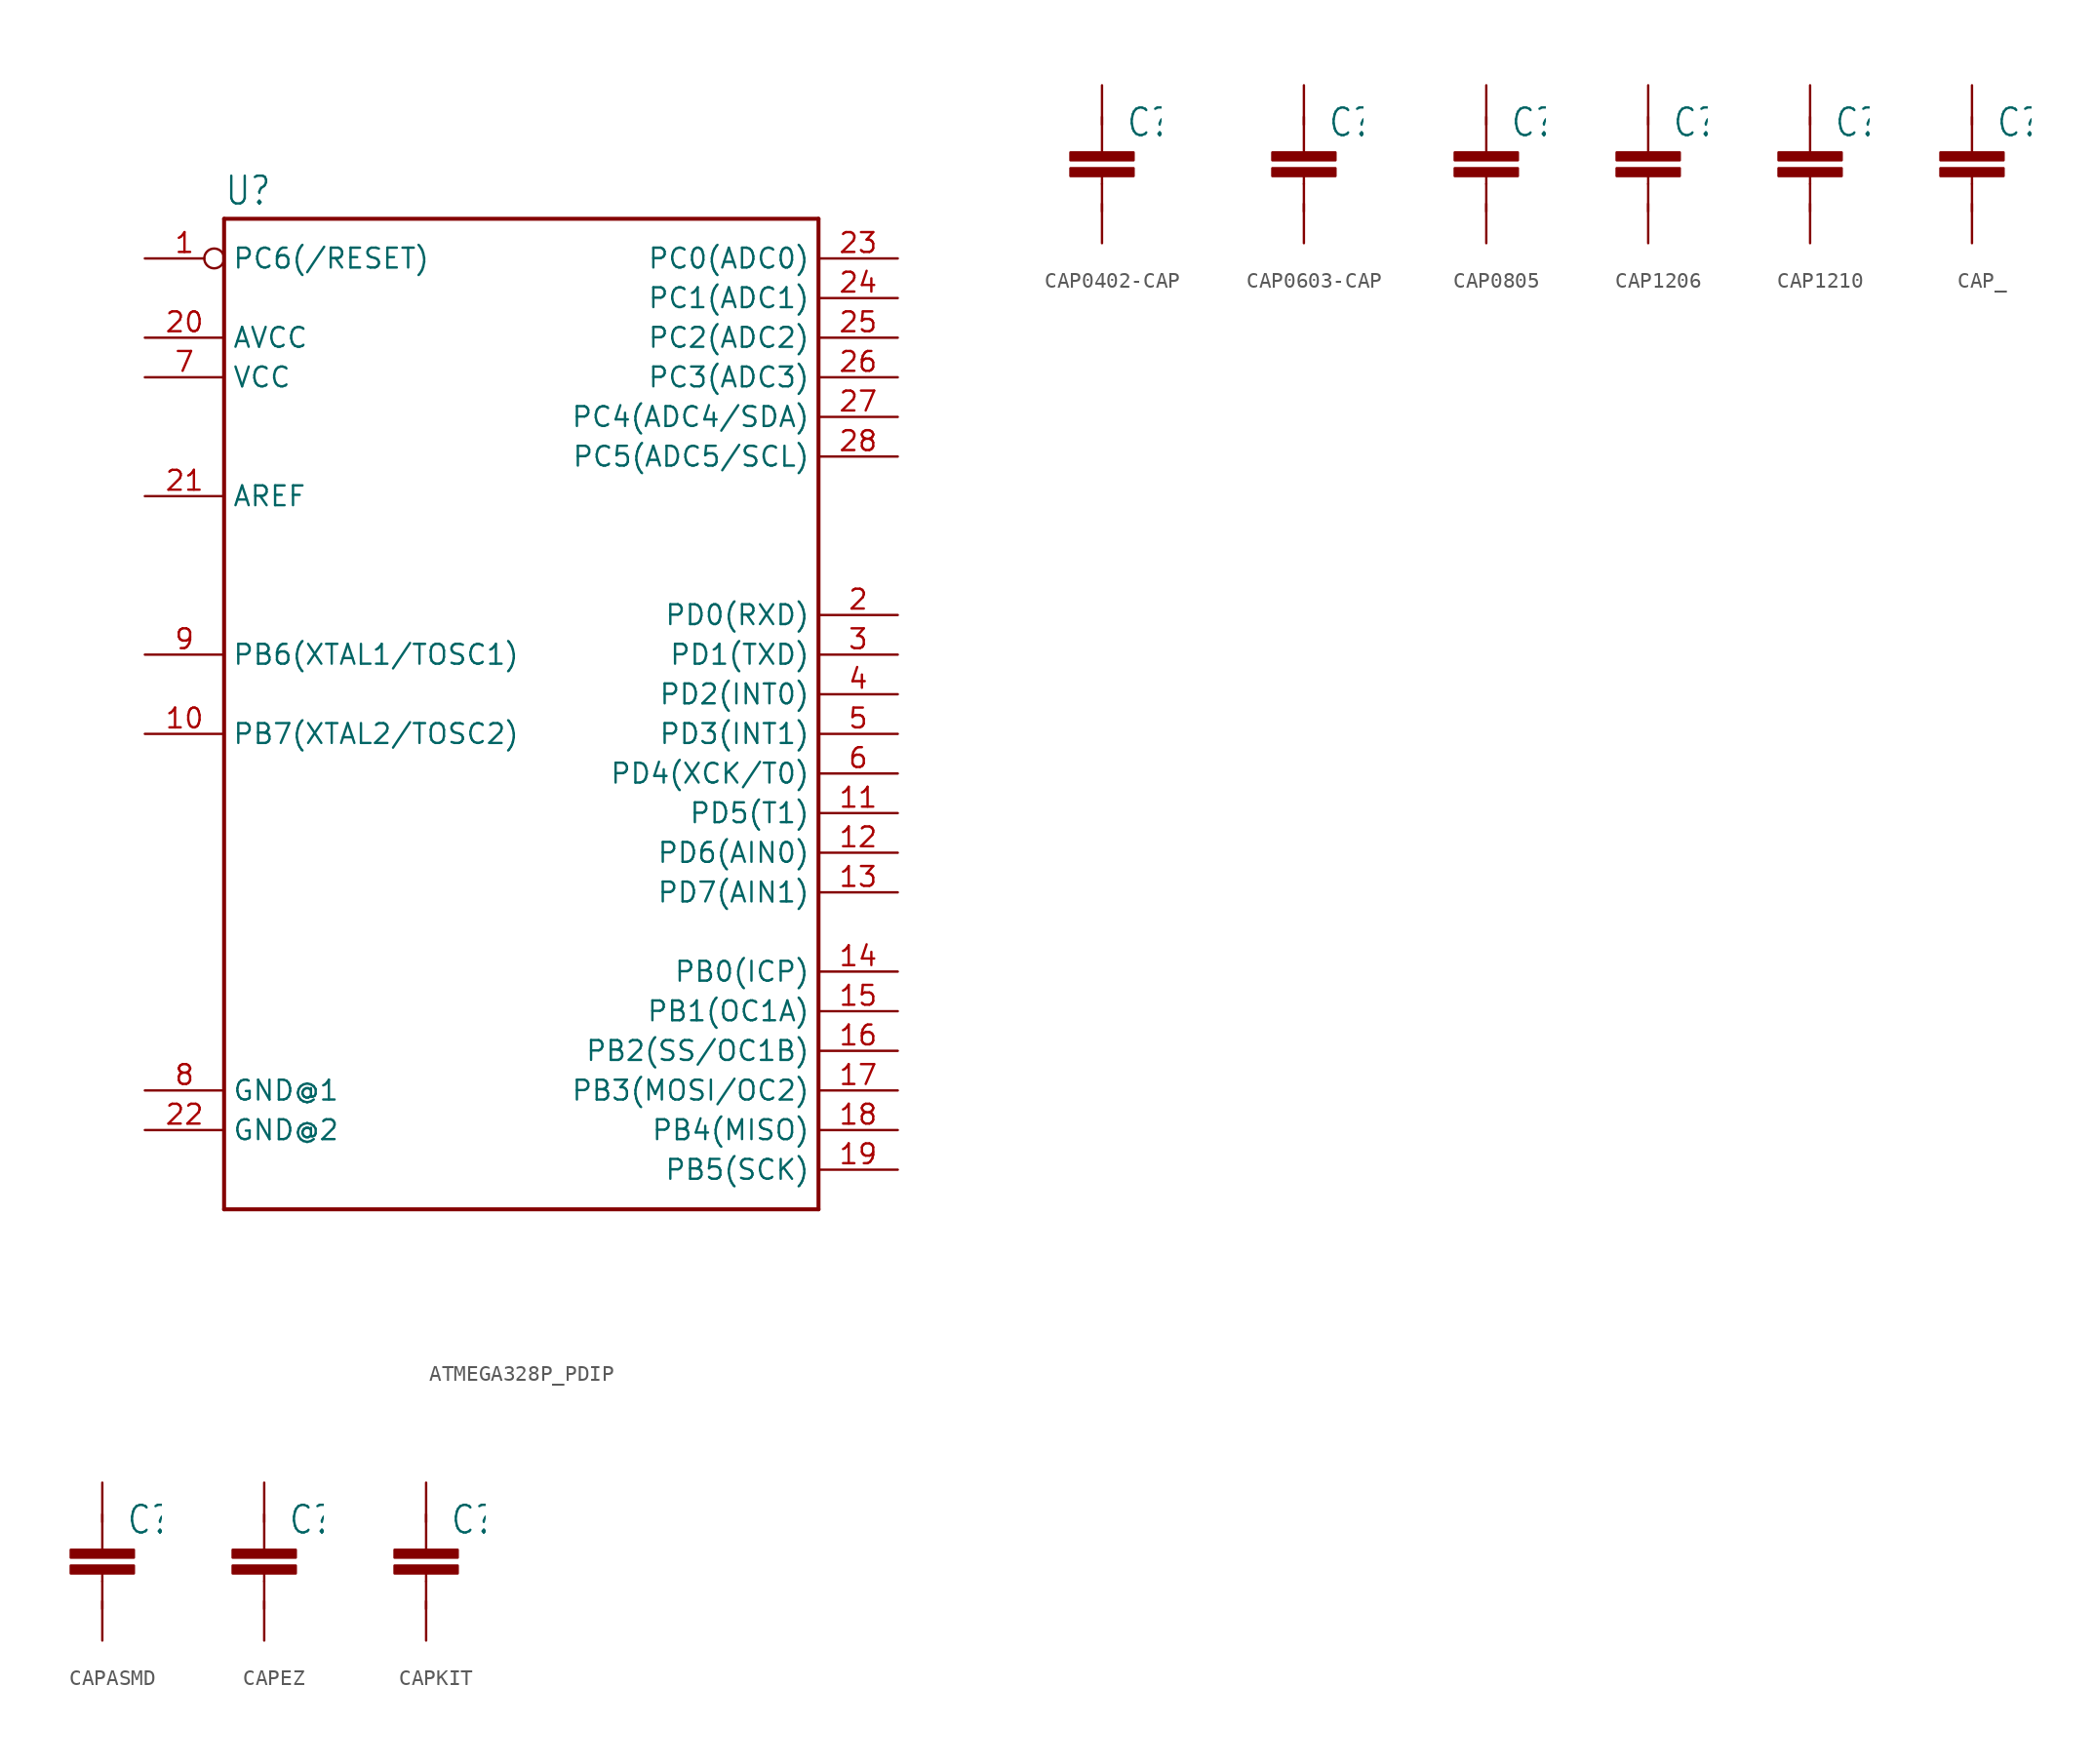
<source format=kicad_sym>
(kicad_symbol_lib
  (version 20231120)
  (generator "kicad_symbol_editor")
  (generator_version "8.0")
  (symbol "ATMEGA328P_PDIP"
    (property "Reference" "U"
      (at -17.78 28.702 0)
      (effects (font (size 1.778 1.511)) (justify left bottom)))
    (property "Value" ""
      (at -17.78 -38.1 0)
      (effects (font (size 1.778 1.511)) (justify left bottom)))
    (property "ki_locked" ""
      (at 0 0 0)
      (effects (font (size 1.27 1.27))))
    (symbol "ATMEGA328P_PDIP_1_0"
      (polyline (pts (xy -17.78 -35.56) (xy -17.78 27.94)) (stroke (width 0.254) (type solid)) (fill (type none)))
      (polyline (pts (xy -17.78 27.94) (xy 20.32 27.94)) (stroke (width 0.254) (type solid)) (fill (type none)))
      (polyline (pts (xy 20.32 -35.56) (xy -17.78 -35.56)) (stroke (width 0.254) (type solid)) (fill (type none)))
      (polyline (pts (xy 20.32 27.94) (xy 20.32 -35.56)) (stroke (width 0.254) (type solid)) (fill (type none)))
      (pin bidirectional inverted (at -22.86 25.4 0) (length 5.08) (name "PC6(/RESET)" (effects (font (size 1.27 1.27)))) (number "1" (effects (font (size 1.27 1.27)))))
      (pin bidirectional line (at -22.86 -5.08 0) (length 5.08) (name "PB7(XTAL2/TOSC2)" (effects (font (size 1.27 1.27)))) (number "10" (effects (font (size 1.27 1.27)))))
      (pin bidirectional line (at 25.4 -10.16 180) (length 5.08) (name "PD5(T1)" (effects (font (size 1.27 1.27)))) (number "11" (effects (font (size 1.27 1.27)))))
      (pin bidirectional line (at 25.4 -12.7 180) (length 5.08) (name "PD6(AIN0)" (effects (font (size 1.27 1.27)))) (number "12" (effects (font (size 1.27 1.27)))))
      (pin bidirectional line (at 25.4 -15.24 180) (length 5.08) (name "PD7(AIN1)" (effects (font (size 1.27 1.27)))) (number "13" (effects (font (size 1.27 1.27)))))
      (pin bidirectional line (at 25.4 -20.32 180) (length 5.08) (name "PB0(ICP)" (effects (font (size 1.27 1.27)))) (number "14" (effects (font (size 1.27 1.27)))))
      (pin bidirectional line (at 25.4 -22.86 180) (length 5.08) (name "PB1(OC1A)" (effects (font (size 1.27 1.27)))) (number "15" (effects (font (size 1.27 1.27)))))
      (pin bidirectional line (at 25.4 -25.4 180) (length 5.08) (name "PB2(SS/OC1B)" (effects (font (size 1.27 1.27)))) (number "16" (effects (font (size 1.27 1.27)))))
      (pin bidirectional line (at 25.4 -27.94 180) (length 5.08) (name "PB3(MOSI/OC2)" (effects (font (size 1.27 1.27)))) (number "17" (effects (font (size 1.27 1.27)))))
      (pin bidirectional line (at 25.4 -30.48 180) (length 5.08) (name "PB4(MISO)" (effects (font (size 1.27 1.27)))) (number "18" (effects (font (size 1.27 1.27)))))
      (pin bidirectional line (at 25.4 -33.02 180) (length 5.08) (name "PB5(SCK)" (effects (font (size 1.27 1.27)))) (number "19" (effects (font (size 1.27 1.27)))))
      (pin bidirectional line (at 25.4 2.54 180) (length 5.08) (name "PD0(RXD)" (effects (font (size 1.27 1.27)))) (number "2" (effects (font (size 1.27 1.27)))))
      (pin power_in line (at -22.86 20.32 0) (length 5.08) (name "AVCC" (effects (font (size 1.27 1.27)))) (number "20" (effects (font (size 1.27 1.27)))))
      (pin bidirectional line (at -22.86 10.16 0) (length 5.08) (name "AREF" (effects (font (size 1.27 1.27)))) (number "21" (effects (font (size 1.27 1.27)))))
      (pin power_in line (at -22.86 -30.48 0) (length 5.08) (name "GND@2" (effects (font (size 1.27 1.27)))) (number "22" (effects (font (size 1.27 1.27)))))
      (pin bidirectional line (at 25.4 25.4 180) (length 5.08) (name "PC0(ADC0)" (effects (font (size 1.27 1.27)))) (number "23" (effects (font (size 1.27 1.27)))))
      (pin bidirectional line (at 25.4 22.86 180) (length 5.08) (name "PC1(ADC1)" (effects (font (size 1.27 1.27)))) (number "24" (effects (font (size 1.27 1.27)))))
      (pin bidirectional line (at 25.4 20.32 180) (length 5.08) (name "PC2(ADC2)" (effects (font (size 1.27 1.27)))) (number "25" (effects (font (size 1.27 1.27)))))
      (pin bidirectional line (at 25.4 17.78 180) (length 5.08) (name "PC3(ADC3)" (effects (font (size 1.27 1.27)))) (number "26" (effects (font (size 1.27 1.27)))))
      (pin bidirectional line (at 25.4 15.24 180) (length 5.08) (name "PC4(ADC4/SDA)" (effects (font (size 1.27 1.27)))) (number "27" (effects (font (size 1.27 1.27)))))
      (pin bidirectional line (at 25.4 12.7 180) (length 5.08) (name "PC5(ADC5/SCL)" (effects (font (size 1.27 1.27)))) (number "28" (effects (font (size 1.27 1.27)))))
      (pin bidirectional line (at 25.4 0 180) (length 5.08) (name "PD1(TXD)" (effects (font (size 1.27 1.27)))) (number "3" (effects (font (size 1.27 1.27)))))
      (pin bidirectional line (at 25.4 -2.54 180) (length 5.08) (name "PD2(INT0)" (effects (font (size 1.27 1.27)))) (number "4" (effects (font (size 1.27 1.27)))))
      (pin bidirectional line (at 25.4 -5.08 180) (length 5.08) (name "PD3(INT1)" (effects (font (size 1.27 1.27)))) (number "5" (effects (font (size 1.27 1.27)))))
      (pin bidirectional line (at 25.4 -7.62 180) (length 5.08) (name "PD4(XCK/T0)" (effects (font (size 1.27 1.27)))) (number "6" (effects (font (size 1.27 1.27)))))
      (pin power_in line (at -22.86 17.78 0) (length 5.08) (name "VCC" (effects (font (size 1.27 1.27)))) (number "7" (effects (font (size 1.27 1.27)))))
      (pin power_in line (at -22.86 -27.94 0) (length 5.08) (name "GND@1" (effects (font (size 1.27 1.27)))) (number "8" (effects (font (size 1.27 1.27)))))
      (pin bidirectional line (at -22.86 0 0) (length 5.08) (name "PB6(XTAL1/TOSC1)" (effects (font (size 1.27 1.27)))) (number "9" (effects (font (size 1.27 1.27)))))))
  (symbol "CAP0402-CAP"
    (property "Reference" "C"
      (at 1.524 1.651 0)
      (effects (font (size 1.778 1.511)) (justify left bottom)))
    (property "Value" ""
      (at 1.524 -3.429 0)
      (effects (font (size 1.778 1.511)) (justify left bottom)))
    (property "ki_locked" ""
      (at 0 0 0)
      (effects (font (size 1.27 1.27))))
    (symbol "CAP0402-CAP_1_0"
      (rectangle (start -2.032 -0.762) (end 2.032 -0.254) (stroke (width 0) (type default)) (fill (type outline)))
      (rectangle (start -2.032 0.254) (end 2.032 0.762) (stroke (width 0) (type default)) (fill (type outline)))
      (polyline (pts (xy 0 -3.048) (xy 0 -1.27)) (stroke (width 0.152) (type solid)) (fill (type none)))
      (polyline (pts (xy 0 -1.27) (xy 0 -0.762)) (stroke (width 0.152) (type solid)) (fill (type none)))
      (polyline (pts (xy 0 3.048) (xy 0 0.762)) (stroke (width 0.152) (type solid)) (fill (type none)))
      (pin passive line (at 0 5.08 270) (length 2.54) (name "1" (effects (font (size 0 0)))) (number "1" (effects (font (size 0 0)))))
      (pin passive line (at 0 -5.08 90) (length 2.54) (name "2" (effects (font (size 0 0)))) (number "2" (effects (font (size 0 0)))))))
  (symbol "CAP0603-CAP"
    (property "Reference" "C"
      (at 1.524 1.651 0)
      (effects (font (size 1.778 1.511)) (justify left bottom)))
    (property "Value" ""
      (at 1.524 -3.429 0)
      (effects (font (size 1.778 1.511)) (justify left bottom)))
    (property "ki_locked" ""
      (at 0 0 0)
      (effects (font (size 1.27 1.27))))
    (symbol "CAP0603-CAP_1_0"
      (rectangle (start -2.032 -0.762) (end 2.032 -0.254) (stroke (width 0) (type default)) (fill (type outline)))
      (rectangle (start -2.032 0.254) (end 2.032 0.762) (stroke (width 0) (type default)) (fill (type outline)))
      (polyline (pts (xy 0 -3.048) (xy 0 -1.27)) (stroke (width 0.152) (type solid)) (fill (type none)))
      (polyline (pts (xy 0 -1.27) (xy 0 -0.762)) (stroke (width 0.152) (type solid)) (fill (type none)))
      (polyline (pts (xy 0 3.048) (xy 0 0.762)) (stroke (width 0.152) (type solid)) (fill (type none)))
      (pin passive line (at 0 5.08 270) (length 2.54) (name "1" (effects (font (size 0 0)))) (number "1" (effects (font (size 0 0)))))
      (pin passive line (at 0 -5.08 90) (length 2.54) (name "2" (effects (font (size 0 0)))) (number "2" (effects (font (size 0 0)))))))
  (symbol "CAP0805"
    (property "Reference" "C"
      (at 1.524 1.651 0)
      (effects (font (size 1.778 1.511)) (justify left bottom)))
    (property "Value" ""
      (at 1.524 -3.429 0)
      (effects (font (size 1.778 1.511)) (justify left bottom)))
    (property "ki_locked" ""
      (at 0 0 0)
      (effects (font (size 1.27 1.27))))
    (symbol "CAP0805_1_0"
      (rectangle (start -2.032 -0.762) (end 2.032 -0.254) (stroke (width 0) (type default)) (fill (type outline)))
      (rectangle (start -2.032 0.254) (end 2.032 0.762) (stroke (width 0) (type default)) (fill (type outline)))
      (polyline (pts (xy 0 -3.048) (xy 0 -1.27)) (stroke (width 0.152) (type solid)) (fill (type none)))
      (polyline (pts (xy 0 -1.27) (xy 0 -0.762)) (stroke (width 0.152) (type solid)) (fill (type none)))
      (polyline (pts (xy 0 3.048) (xy 0 0.762)) (stroke (width 0.152) (type solid)) (fill (type none)))
      (pin passive line (at 0 5.08 270) (length 2.54) (name "1" (effects (font (size 0 0)))) (number "1" (effects (font (size 0 0)))))
      (pin passive line (at 0 -5.08 90) (length 2.54) (name "2" (effects (font (size 0 0)))) (number "2" (effects (font (size 0 0)))))))
  (symbol "CAP1206"
    (property "Reference" "C"
      (at 1.524 1.651 0)
      (effects (font (size 1.778 1.511)) (justify left bottom)))
    (property "Value" ""
      (at 1.524 -3.429 0)
      (effects (font (size 1.778 1.511)) (justify left bottom)))
    (property "ki_locked" ""
      (at 0 0 0)
      (effects (font (size 1.27 1.27))))
    (symbol "CAP1206_1_0"
      (rectangle (start -2.032 -0.762) (end 2.032 -0.254) (stroke (width 0) (type default)) (fill (type outline)))
      (rectangle (start -2.032 0.254) (end 2.032 0.762) (stroke (width 0) (type default)) (fill (type outline)))
      (polyline (pts (xy 0 -3.048) (xy 0 -1.27)) (stroke (width 0.152) (type solid)) (fill (type none)))
      (polyline (pts (xy 0 -1.27) (xy 0 -0.762)) (stroke (width 0.152) (type solid)) (fill (type none)))
      (polyline (pts (xy 0 3.048) (xy 0 0.762)) (stroke (width 0.152) (type solid)) (fill (type none)))
      (pin passive line (at 0 5.08 270) (length 2.54) (name "1" (effects (font (size 0 0)))) (number "1" (effects (font (size 0 0)))))
      (pin passive line (at 0 -5.08 90) (length 2.54) (name "2" (effects (font (size 0 0)))) (number "2" (effects (font (size 0 0)))))))
  (symbol "CAP1210"
    (property "Reference" "C"
      (at 1.524 1.651 0)
      (effects (font (size 1.778 1.511)) (justify left bottom)))
    (property "Value" ""
      (at 1.524 -3.429 0)
      (effects (font (size 1.778 1.511)) (justify left bottom)))
    (property "ki_locked" ""
      (at 0 0 0)
      (effects (font (size 1.27 1.27))))
    (symbol "CAP1210_1_0"
      (rectangle (start -2.032 -0.762) (end 2.032 -0.254) (stroke (width 0) (type default)) (fill (type outline)))
      (rectangle (start -2.032 0.254) (end 2.032 0.762) (stroke (width 0) (type default)) (fill (type outline)))
      (polyline (pts (xy 0 -3.048) (xy 0 -1.27)) (stroke (width 0.152) (type solid)) (fill (type none)))
      (polyline (pts (xy 0 -1.27) (xy 0 -0.762)) (stroke (width 0.152) (type solid)) (fill (type none)))
      (polyline (pts (xy 0 3.048) (xy 0 0.762)) (stroke (width 0.152) (type solid)) (fill (type none)))
      (pin passive line (at 0 5.08 270) (length 2.54) (name "1" (effects (font (size 0 0)))) (number "1" (effects (font (size 0 0)))))
      (pin passive line (at 0 -5.08 90) (length 2.54) (name "2" (effects (font (size 0 0)))) (number "2" (effects (font (size 0 0)))))))
  (symbol "CAP_"
    (property "Reference" "C"
      (at 1.524 1.651 0)
      (effects (font (size 1.778 1.511)) (justify left bottom)))
    (property "Value" ""
      (at 1.524 -3.429 0)
      (effects (font (size 1.778 1.511)) (justify left bottom)))
    (property "ki_locked" ""
      (at 0 0 0)
      (effects (font (size 1.27 1.27))))
    (symbol "CAP__1_0"
      (rectangle (start -2.032 -0.762) (end 2.032 -0.254) (stroke (width 0) (type default)) (fill (type outline)))
      (rectangle (start -2.032 0.254) (end 2.032 0.762) (stroke (width 0) (type default)) (fill (type outline)))
      (polyline (pts (xy 0 -3.048) (xy 0 -1.27)) (stroke (width 0.152) (type solid)) (fill (type none)))
      (polyline (pts (xy 0 -1.27) (xy 0 -0.762)) (stroke (width 0.152) (type solid)) (fill (type none)))
      (polyline (pts (xy 0 3.048) (xy 0 0.762)) (stroke (width 0.152) (type solid)) (fill (type none)))
      (pin passive line (at 0 5.08 270) (length 2.54) (name "1" (effects (font (size 0 0)))) (number "P$1" (effects (font (size 0 0)))))
      (pin passive line (at 0 -5.08 90) (length 2.54) (name "2" (effects (font (size 0 0)))) (number "P$2" (effects (font (size 0 0)))))))
  (symbol "CAPASMD"
    (property "Reference" "C"
      (at 1.524 1.651 0)
      (effects (font (size 1.778 1.511)) (justify left bottom)))
    (property "Value" ""
      (at 1.524 -3.429 0)
      (effects (font (size 1.778 1.511)) (justify left bottom)))
    (property "ki_locked" ""
      (at 0 0 0)
      (effects (font (size 1.27 1.27))))
    (symbol "CAPASMD_1_0"
      (rectangle (start -2.032 -0.762) (end 2.032 -0.254) (stroke (width 0) (type default)) (fill (type outline)))
      (rectangle (start -2.032 0.254) (end 2.032 0.762) (stroke (width 0) (type default)) (fill (type outline)))
      (polyline (pts (xy 0 -3.048) (xy 0 -1.27)) (stroke (width 0.152) (type solid)) (fill (type none)))
      (polyline (pts (xy 0 -1.27) (xy 0 -0.762)) (stroke (width 0.152) (type solid)) (fill (type none)))
      (polyline (pts (xy 0 3.048) (xy 0 0.762)) (stroke (width 0.152) (type solid)) (fill (type none)))
      (pin passive line (at 0 5.08 270) (length 2.54) (name "1" (effects (font (size 0 0)))) (number "+" (effects (font (size 0 0)))))
      (pin passive line (at 0 -5.08 90) (length 2.54) (name "2" (effects (font (size 0 0)))) (number "-" (effects (font (size 0 0)))))))
  (symbol "CAPEZ"
    (property "Reference" "C"
      (at 1.524 1.651 0)
      (effects (font (size 1.778 1.511)) (justify left bottom)))
    (property "Value" ""
      (at 1.524 -3.429 0)
      (effects (font (size 1.778 1.511)) (justify left bottom)))
    (property "ki_locked" ""
      (at 0 0 0)
      (effects (font (size 1.27 1.27))))
    (symbol "CAPEZ_1_0"
      (rectangle (start -2.032 -0.762) (end 2.032 -0.254) (stroke (width 0) (type default)) (fill (type outline)))
      (rectangle (start -2.032 0.254) (end 2.032 0.762) (stroke (width 0) (type default)) (fill (type outline)))
      (polyline (pts (xy 0 -3.048) (xy 0 -1.27)) (stroke (width 0.152) (type solid)) (fill (type none)))
      (polyline (pts (xy 0 -1.27) (xy 0 -0.762)) (stroke (width 0.152) (type solid)) (fill (type none)))
      (polyline (pts (xy 0 3.048) (xy 0 0.762)) (stroke (width 0.152) (type solid)) (fill (type none)))
      (pin passive line (at 0 5.08 270) (length 2.54) (name "1" (effects (font (size 0 0)))) (number "1" (effects (font (size 0 0)))))
      (pin passive line (at 0 -5.08 90) (length 2.54) (name "2" (effects (font (size 0 0)))) (number "2" (effects (font (size 0 0)))))))
  (symbol "CAPKIT"
    (property "Reference" "C"
      (at 1.524 1.651 0)
      (effects (font (size 1.778 1.511)) (justify left bottom)))
    (property "Value" ""
      (at 1.524 -3.429 0)
      (effects (font (size 1.778 1.511)) (justify left bottom)))
    (property "ki_locked" ""
      (at 0 0 0)
      (effects (font (size 1.27 1.27))))
    (symbol "CAPKIT_1_0"
      (rectangle (start -2.032 -0.762) (end 2.032 -0.254) (stroke (width 0) (type default)) (fill (type outline)))
      (rectangle (start -2.032 0.254) (end 2.032 0.762) (stroke (width 0) (type default)) (fill (type outline)))
      (polyline (pts (xy 0 -3.048) (xy 0 -1.27)) (stroke (width 0.152) (type solid)) (fill (type none)))
      (polyline (pts (xy 0 -1.27) (xy 0 -0.762)) (stroke (width 0.152) (type solid)) (fill (type none)))
      (polyline (pts (xy 0 3.048) (xy 0 0.762)) (stroke (width 0.152) (type solid)) (fill (type none)))
      (pin passive line (at 0 5.08 270) (length 2.54) (name "1" (effects (font (size 0 0)))) (number "1" (effects (font (size 0 0)))))
      (pin passive line (at 0 -5.08 90) (length 2.54) (name "2" (effects (font (size 0 0)))) (number "2" (effects (font (size 0 0))))))))
</source>
